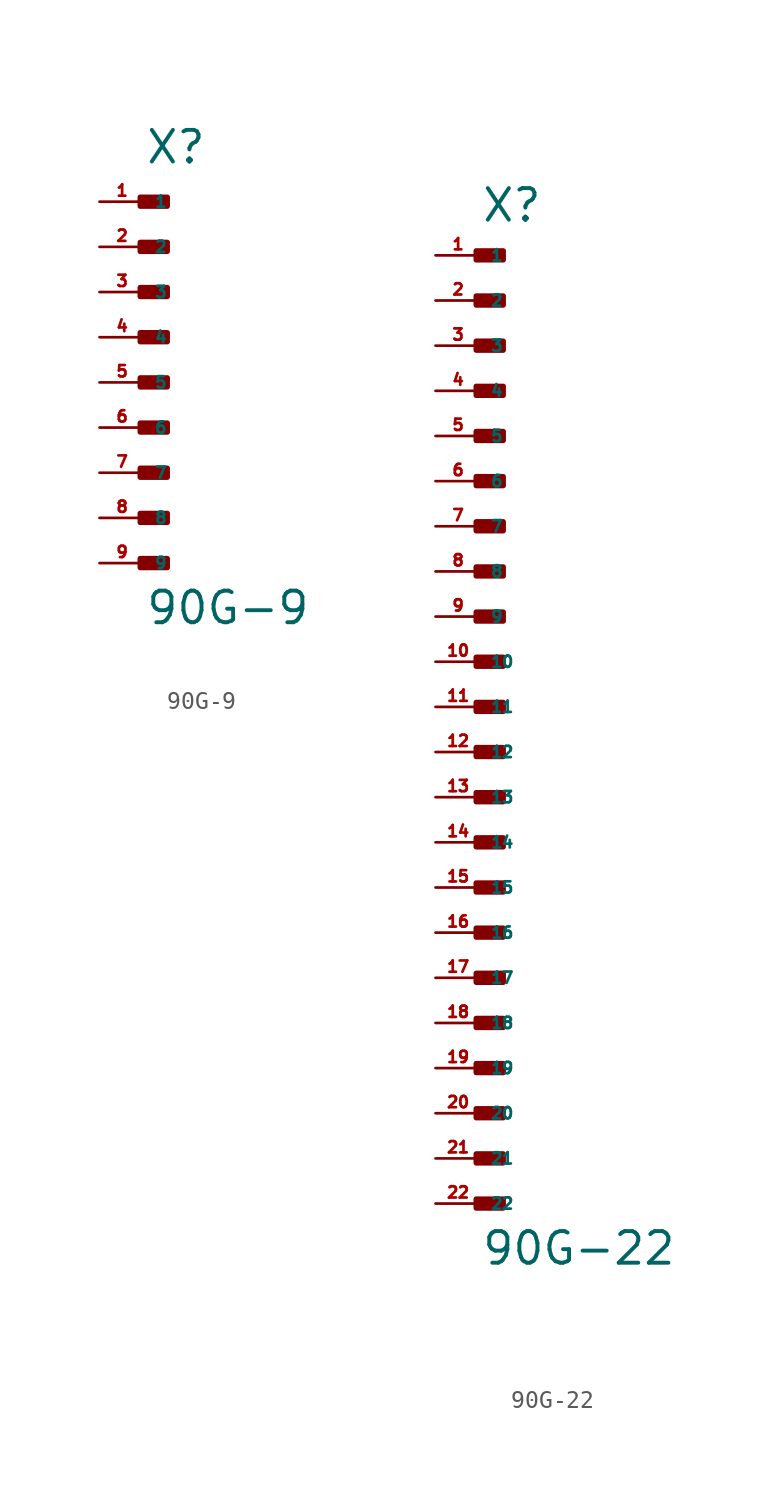
<source format=kicad_sym>
(kicad_symbol_lib
  (version 20220914)
  (generator Eagle2Kicad)
  (symbol "90G-9"
    (property "Reference" "X"
      (at 0 12.192 0)
      (effects (font (size 1.778 1.778) (thickness 0.22)) (justify left bottom)))
    (property "Value" "90G-9"
      (at 0 -13.716 0)
      (effects (font (size 1.778 1.778) (thickness 0.22)) (justify left bottom)))
    (rectangle
      (start -0.254 9.906)
      (end 1.27 10.414)
      (stroke (width 0.3) (type default))
      (fill (type outline)))
    (rectangle
      (start -0.254 7.366)
      (end 1.27 7.874)
      (stroke (width 0.3) (type default))
      (fill (type outline)))
    (rectangle
      (start -0.254 4.826)
      (end 1.27 5.334)
      (stroke (width 0.3) (type default))
      (fill (type outline)))
    (rectangle
      (start -0.254 2.286)
      (end 1.27 2.794)
      (stroke (width 0.3) (type default))
      (fill (type outline)))
    (rectangle
      (start -0.254 -0.254)
      (end 1.27 0.254)
      (stroke (width 0.3) (type default))
      (fill (type outline)))
    (rectangle
      (start -0.254 -2.794)
      (end 1.27 -2.286)
      (stroke (width 0.3) (type default))
      (fill (type outline)))
    (rectangle
      (start -0.254 -5.334)
      (end 1.27 -4.826)
      (stroke (width 0.3) (type default))
      (fill (type outline)))
    (rectangle
      (start -0.254 -7.874)
      (end 1.27 -7.366)
      (stroke (width 0.3) (type default))
      (fill (type outline)))
    (rectangle
      (start -0.254 -10.414)
      (end 1.27 -9.906)
      (stroke (width 0.3) (type default))
      (fill (type outline)))
    (pin passive line
      (at -2.54 10.16 0)
      (length 2.54)
      (name "1" (effects (font (size 0.635 0.635) (thickness 0.08)) (justify left bottom)))
      (number "1" (effects (font (size 0.635 0.635) (thickness 0.08)) (justify left bottom))))
    (pin passive line
      (at -2.54 7.62 0)
      (length 2.54)
      (name "2" (effects (font (size 0.635 0.635) (thickness 0.08)) (justify left bottom)))
      (number "2" (effects (font (size 0.635 0.635) (thickness 0.08)) (justify left bottom))))
    (pin passive line
      (at -2.54 5.08 0)
      (length 2.54)
      (name "3" (effects (font (size 0.635 0.635) (thickness 0.08)) (justify left bottom)))
      (number "3" (effects (font (size 0.635 0.635) (thickness 0.08)) (justify left bottom))))
    (pin passive line
      (at -2.54 2.54 0)
      (length 2.54)
      (name "4" (effects (font (size 0.635 0.635) (thickness 0.08)) (justify left bottom)))
      (number "4" (effects (font (size 0.635 0.635) (thickness 0.08)) (justify left bottom))))
    (pin passive line
      (at -2.54 0 0)
      (length 2.54)
      (name "5" (effects (font (size 0.635 0.635) (thickness 0.08)) (justify left bottom)))
      (number "5" (effects (font (size 0.635 0.635) (thickness 0.08)) (justify left bottom))))
    (pin passive line
      (at -2.54 -2.54 0)
      (length 2.54)
      (name "6" (effects (font (size 0.635 0.635) (thickness 0.08)) (justify left bottom)))
      (number "6" (effects (font (size 0.635 0.635) (thickness 0.08)) (justify left bottom))))
    (pin passive line
      (at -2.54 -5.08 0)
      (length 2.54)
      (name "7" (effects (font (size 0.635 0.635) (thickness 0.08)) (justify left bottom)))
      (number "7" (effects (font (size 0.635 0.635) (thickness 0.08)) (justify left bottom))))
    (pin passive line
      (at -2.54 -7.62 0)
      (length 2.54)
      (name "8" (effects (font (size 0.635 0.635) (thickness 0.08)) (justify left bottom)))
      (number "8" (effects (font (size 0.635 0.635) (thickness 0.08)) (justify left bottom))))
    (pin passive line
      (at -2.54 -10.16 0)
      (length 2.54)
      (name "9" (effects (font (size 0.635 0.635) (thickness 0.08)) (justify left bottom)))
      (number "9" (effects (font (size 0.635 0.635) (thickness 0.08)) (justify left bottom)))))
  (symbol "90G-22"
    (property "Reference" "X"
      (at 0 27.178 0)
      (effects (font (size 1.778 1.778) (thickness 0.22)) (justify left bottom)))
    (property "Value" "90G-22"
      (at 0 -31.496 0)
      (effects (font (size 1.778 1.778) (thickness 0.22)) (justify left bottom)))
    (rectangle
      (start -0.254 25.146)
      (end 1.27 25.654)
      (stroke (width 0.3) (type default))
      (fill (type outline)))
    (rectangle
      (start -0.254 22.606)
      (end 1.27 23.114)
      (stroke (width 0.3) (type default))
      (fill (type outline)))
    (rectangle
      (start -0.254 20.066)
      (end 1.27 20.574)
      (stroke (width 0.3) (type default))
      (fill (type outline)))
    (rectangle
      (start -0.254 17.526)
      (end 1.27 18.034)
      (stroke (width 0.3) (type default))
      (fill (type outline)))
    (rectangle
      (start -0.254 14.986)
      (end 1.27 15.494)
      (stroke (width 0.3) (type default))
      (fill (type outline)))
    (rectangle
      (start -0.254 12.446)
      (end 1.27 12.954)
      (stroke (width 0.3) (type default))
      (fill (type outline)))
    (rectangle
      (start -0.254 9.906)
      (end 1.27 10.414)
      (stroke (width 0.3) (type default))
      (fill (type outline)))
    (rectangle
      (start -0.254 7.366)
      (end 1.27 7.874)
      (stroke (width 0.3) (type default))
      (fill (type outline)))
    (rectangle
      (start -0.254 4.826)
      (end 1.27 5.334)
      (stroke (width 0.3) (type default))
      (fill (type outline)))
    (rectangle
      (start -0.254 2.286)
      (end 1.27 2.794)
      (stroke (width 0.3) (type default))
      (fill (type outline)))
    (rectangle
      (start -0.254 -0.254)
      (end 1.27 0.254)
      (stroke (width 0.3) (type default))
      (fill (type outline)))
    (rectangle
      (start -0.254 -2.794)
      (end 1.27 -2.286)
      (stroke (width 0.3) (type default))
      (fill (type outline)))
    (rectangle
      (start -0.254 -5.334)
      (end 1.27 -4.826)
      (stroke (width 0.3) (type default))
      (fill (type outline)))
    (rectangle
      (start -0.254 -7.874)
      (end 1.27 -7.366)
      (stroke (width 0.3) (type default))
      (fill (type outline)))
    (rectangle
      (start -0.254 -10.414)
      (end 1.27 -9.906)
      (stroke (width 0.3) (type default))
      (fill (type outline)))
    (rectangle
      (start -0.254 -12.954)
      (end 1.27 -12.446)
      (stroke (width 0.3) (type default))
      (fill (type outline)))
    (rectangle
      (start -0.254 -15.494)
      (end 1.27 -14.986)
      (stroke (width 0.3) (type default))
      (fill (type outline)))
    (rectangle
      (start -0.254 -18.034)
      (end 1.27 -17.526)
      (stroke (width 0.3) (type default))
      (fill (type outline)))
    (rectangle
      (start -0.254 -20.574)
      (end 1.27 -20.066)
      (stroke (width 0.3) (type default))
      (fill (type outline)))
    (rectangle
      (start -0.254 -23.114)
      (end 1.27 -22.606)
      (stroke (width 0.3) (type default))
      (fill (type outline)))
    (rectangle
      (start -0.254 -25.654)
      (end 1.27 -25.146)
      (stroke (width 0.3) (type default))
      (fill (type outline)))
    (rectangle
      (start -0.254 -28.194)
      (end 1.27 -27.686)
      (stroke (width 0.3) (type default))
      (fill (type outline)))
    (pin passive line
      (at -2.54 25.4 0)
      (length 2.54)
      (name "1" (effects (font (size 0.635 0.635) (thickness 0.08)) (justify left bottom)))
      (number "1" (effects (font (size 0.635 0.635) (thickness 0.08)) (justify left bottom))))
    (pin passive line
      (at -2.54 22.86 0)
      (length 2.54)
      (name "2" (effects (font (size 0.635 0.635) (thickness 0.08)) (justify left bottom)))
      (number "2" (effects (font (size 0.635 0.635) (thickness 0.08)) (justify left bottom))))
    (pin passive line
      (at -2.54 20.32 0)
      (length 2.54)
      (name "3" (effects (font (size 0.635 0.635) (thickness 0.08)) (justify left bottom)))
      (number "3" (effects (font (size 0.635 0.635) (thickness 0.08)) (justify left bottom))))
    (pin passive line
      (at -2.54 17.78 0)
      (length 2.54)
      (name "4" (effects (font (size 0.635 0.635) (thickness 0.08)) (justify left bottom)))
      (number "4" (effects (font (size 0.635 0.635) (thickness 0.08)) (justify left bottom))))
    (pin passive line
      (at -2.54 15.24 0)
      (length 2.54)
      (name "5" (effects (font (size 0.635 0.635) (thickness 0.08)) (justify left bottom)))
      (number "5" (effects (font (size 0.635 0.635) (thickness 0.08)) (justify left bottom))))
    (pin passive line
      (at -2.54 12.7 0)
      (length 2.54)
      (name "6" (effects (font (size 0.635 0.635) (thickness 0.08)) (justify left bottom)))
      (number "6" (effects (font (size 0.635 0.635) (thickness 0.08)) (justify left bottom))))
    (pin passive line
      (at -2.54 10.16 0)
      (length 2.54)
      (name "7" (effects (font (size 0.635 0.635) (thickness 0.08)) (justify left bottom)))
      (number "7" (effects (font (size 0.635 0.635) (thickness 0.08)) (justify left bottom))))
    (pin passive line
      (at -2.54 7.62 0)
      (length 2.54)
      (name "8" (effects (font (size 0.635 0.635) (thickness 0.08)) (justify left bottom)))
      (number "8" (effects (font (size 0.635 0.635) (thickness 0.08)) (justify left bottom))))
    (pin passive line
      (at -2.54 5.08 0)
      (length 2.54)
      (name "9" (effects (font (size 0.635 0.635) (thickness 0.08)) (justify left bottom)))
      (number "9" (effects (font (size 0.635 0.635) (thickness 0.08)) (justify left bottom))))
    (pin passive line
      (at -2.54 2.54 0)
      (length 2.54)
      (name "10" (effects (font (size 0.635 0.635) (thickness 0.08)) (justify left bottom)))
      (number "10" (effects (font (size 0.635 0.635) (thickness 0.08)) (justify left bottom))))
    (pin passive line
      (at -2.54 0 0)
      (length 2.54)
      (name "11" (effects (font (size 0.635 0.635) (thickness 0.08)) (justify left bottom)))
      (number "11" (effects (font (size 0.635 0.635) (thickness 0.08)) (justify left bottom))))
    (pin passive line
      (at -2.54 -2.54 0)
      (length 2.54)
      (name "12" (effects (font (size 0.635 0.635) (thickness 0.08)) (justify left bottom)))
      (number "12" (effects (font (size 0.635 0.635) (thickness 0.08)) (justify left bottom))))
    (pin passive line
      (at -2.54 -5.08 0)
      (length 2.54)
      (name "13" (effects (font (size 0.635 0.635) (thickness 0.08)) (justify left bottom)))
      (number "13" (effects (font (size 0.635 0.635) (thickness 0.08)) (justify left bottom))))
    (pin passive line
      (at -2.54 -7.62 0)
      (length 2.54)
      (name "14" (effects (font (size 0.635 0.635) (thickness 0.08)) (justify left bottom)))
      (number "14" (effects (font (size 0.635 0.635) (thickness 0.08)) (justify left bottom))))
    (pin passive line
      (at -2.54 -10.16 0)
      (length 2.54)
      (name "15" (effects (font (size 0.635 0.635) (thickness 0.08)) (justify left bottom)))
      (number "15" (effects (font (size 0.635 0.635) (thickness 0.08)) (justify left bottom))))
    (pin passive line
      (at -2.54 -12.7 0)
      (length 2.54)
      (name "16" (effects (font (size 0.635 0.635) (thickness 0.08)) (justify left bottom)))
      (number "16" (effects (font (size 0.635 0.635) (thickness 0.08)) (justify left bottom))))
    (pin passive line
      (at -2.54 -15.24 0)
      (length 2.54)
      (name "17" (effects (font (size 0.635 0.635) (thickness 0.08)) (justify left bottom)))
      (number "17" (effects (font (size 0.635 0.635) (thickness 0.08)) (justify left bottom))))
    (pin passive line
      (at -2.54 -17.78 0)
      (length 2.54)
      (name "18" (effects (font (size 0.635 0.635) (thickness 0.08)) (justify left bottom)))
      (number "18" (effects (font (size 0.635 0.635) (thickness 0.08)) (justify left bottom))))
    (pin passive line
      (at -2.54 -20.32 0)
      (length 2.54)
      (name "19" (effects (font (size 0.635 0.635) (thickness 0.08)) (justify left bottom)))
      (number "19" (effects (font (size 0.635 0.635) (thickness 0.08)) (justify left bottom))))
    (pin passive line
      (at -2.54 -22.86 0)
      (length 2.54)
      (name "20" (effects (font (size 0.635 0.635) (thickness 0.08)) (justify left bottom)))
      (number "20" (effects (font (size 0.635 0.635) (thickness 0.08)) (justify left bottom))))
    (pin passive line
      (at -2.54 -25.4 0)
      (length 2.54)
      (name "21" (effects (font (size 0.635 0.635) (thickness 0.08)) (justify left bottom)))
      (number "21" (effects (font (size 0.635 0.635) (thickness 0.08)) (justify left bottom))))
    (pin passive line
      (at -2.54 -27.94 0)
      (length 2.54)
      (name "22" (effects (font (size 0.635 0.635) (thickness 0.08)) (justify left bottom)))
      (number "22" (effects (font (size 0.635 0.635) (thickness 0.08)) (justify left bottom))))))
</source>
